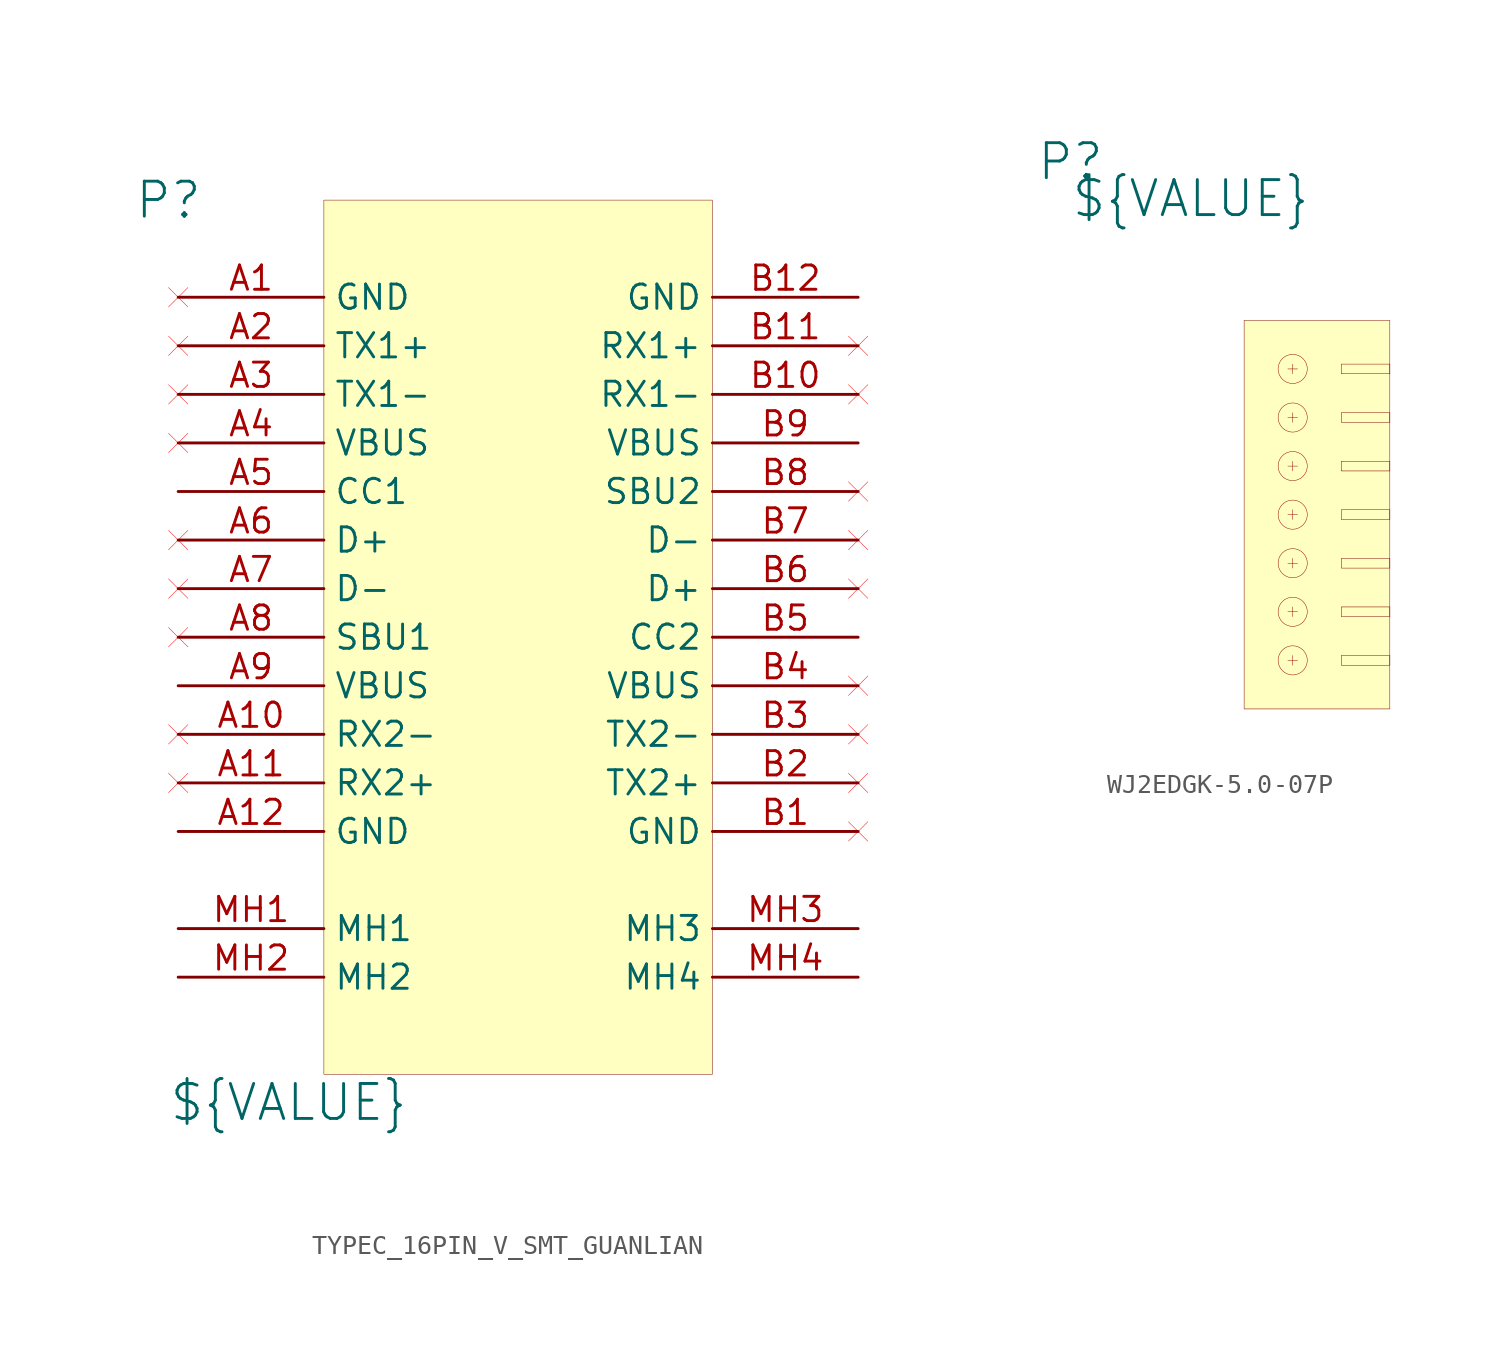
<source format=kicad_sym>
(kicad_symbol_lib
  (version 20241209)
  (generator "kicad_symbol_editor")
  (generator_version "9.0")
  (symbol "TYPEC_16PIN_V_SMT_GUANLIAN"
    (property "Reference" "P"
      (at -8.128 0 0)
      (effects (font (size 1.829 1.829))))
    (property "Value" "${VALUE}"
      (at -8.128 -48.26 0)
      (effects (font (size 1.829 1.829)) (justify left bottom)))
    (symbol "TYPEC_16PIN_V_SMT_GUANLIAN_1_0"
      (polyline (pts (xy -8.128 -4.572) (xy -7.112 -5.588)) (stroke (width 0.025) (type solid) (color 255 0 0 1)) (fill (type none)))
      (polyline (pts (xy -8.128 -5.588) (xy -7.112 -4.572)) (stroke (width 0.025) (type solid) (color 255 0 0 1)) (fill (type none)))
      (polyline (pts (xy -8.128 -7.112) (xy -7.112 -8.128)) (stroke (width 0.025) (type solid) (color 255 0 0 1)) (fill (type none)))
      (polyline (pts (xy -8.128 -8.128) (xy -7.112 -7.112)) (stroke (width 0.025) (type solid) (color 255 0 0 1)) (fill (type none)))
      (polyline (pts (xy -8.128 -9.652) (xy -7.112 -10.668)) (stroke (width 0.025) (type solid) (color 255 0 0 1)) (fill (type none)))
      (polyline (pts (xy -8.128 -10.668) (xy -7.112 -9.652)) (stroke (width 0.025) (type solid) (color 255 0 0 1)) (fill (type none)))
      (polyline (pts (xy -8.128 -12.192) (xy -7.112 -13.208)) (stroke (width 0.025) (type solid) (color 255 0 0 1)) (fill (type none)))
      (polyline (pts (xy -8.128 -13.208) (xy -7.112 -12.192)) (stroke (width 0.025) (type solid) (color 255 0 0 1)) (fill (type none)))
      (polyline (pts (xy -8.128 -17.272) (xy -7.112 -18.288)) (stroke (width 0.025) (type solid) (color 255 0 0 1)) (fill (type none)))
      (polyline (pts (xy -8.128 -18.288) (xy -7.112 -17.272)) (stroke (width 0.025) (type solid) (color 255 0 0 1)) (fill (type none)))
      (polyline (pts (xy -8.128 -19.812) (xy -7.112 -20.828)) (stroke (width 0.025) (type solid) (color 255 0 0 1)) (fill (type none)))
      (polyline (pts (xy -8.128 -20.828) (xy -7.112 -19.812)) (stroke (width 0.025) (type solid) (color 255 0 0 1)) (fill (type none)))
      (polyline (pts (xy -8.128 -22.352) (xy -7.112 -23.368)) (stroke (width 0.025) (type solid) (color 255 0 0 1)) (fill (type none)))
      (polyline (pts (xy -8.128 -23.368) (xy -7.112 -22.352)) (stroke (width 0.025) (type solid) (color 255 0 0 1)) (fill (type none)))
      (polyline (pts (xy -8.128 -27.432) (xy -7.112 -28.448)) (stroke (width 0.025) (type solid) (color 255 0 0 1)) (fill (type none)))
      (polyline (pts (xy -8.128 -28.448) (xy -7.112 -27.432)) (stroke (width 0.025) (type solid) (color 255 0 0 1)) (fill (type none)))
      (polyline (pts (xy -8.128 -29.972) (xy -7.112 -30.988)) (stroke (width 0.025) (type solid) (color 255 0 0 1)) (fill (type none)))
      (polyline (pts (xy -8.128 -30.988) (xy -7.112 -29.972)) (stroke (width 0.025) (type solid) (color 255 0 0 1)) (fill (type none)))
      (rectangle (start 20.32 0) (end 0 -45.72) (stroke (width 0.025) (type solid) (color 128 0 0 1)) (fill (type background)))
      (polyline (pts (xy 27.432 -7.112) (xy 28.448 -8.128)) (stroke (width 0.025) (type solid) (color 255 0 0 1)) (fill (type none)))
      (polyline (pts (xy 27.432 -8.128) (xy 28.448 -7.112)) (stroke (width 0.025) (type solid) (color 255 0 0 1)) (fill (type none)))
      (polyline (pts (xy 27.432 -9.652) (xy 28.448 -10.668)) (stroke (width 0.025) (type solid) (color 255 0 0 1)) (fill (type none)))
      (polyline (pts (xy 27.432 -10.668) (xy 28.448 -9.652)) (stroke (width 0.025) (type solid) (color 255 0 0 1)) (fill (type none)))
      (polyline (pts (xy 27.432 -14.732) (xy 28.448 -15.748)) (stroke (width 0.025) (type solid) (color 255 0 0 1)) (fill (type none)))
      (polyline (pts (xy 27.432 -15.748) (xy 28.448 -14.732)) (stroke (width 0.025) (type solid) (color 255 0 0 1)) (fill (type none)))
      (polyline (pts (xy 27.432 -17.272) (xy 28.448 -18.288)) (stroke (width 0.025) (type solid) (color 255 0 0 1)) (fill (type none)))
      (polyline (pts (xy 27.432 -18.288) (xy 28.448 -17.272)) (stroke (width 0.025) (type solid) (color 255 0 0 1)) (fill (type none)))
      (polyline (pts (xy 27.432 -19.812) (xy 28.448 -20.828)) (stroke (width 0.025) (type solid) (color 255 0 0 1)) (fill (type none)))
      (polyline (pts (xy 27.432 -20.828) (xy 28.448 -19.812)) (stroke (width 0.025) (type solid) (color 255 0 0 1)) (fill (type none)))
      (polyline (pts (xy 27.432 -24.892) (xy 28.448 -25.908)) (stroke (width 0.025) (type solid) (color 255 0 0 1)) (fill (type none)))
      (polyline (pts (xy 27.432 -25.908) (xy 28.448 -24.892)) (stroke (width 0.025) (type solid) (color 255 0 0 1)) (fill (type none)))
      (polyline (pts (xy 27.432 -27.432) (xy 28.448 -28.448)) (stroke (width 0.025) (type solid) (color 255 0 0 1)) (fill (type none)))
      (polyline (pts (xy 27.432 -28.448) (xy 28.448 -27.432)) (stroke (width 0.025) (type solid) (color 255 0 0 1)) (fill (type none)))
      (polyline (pts (xy 27.432 -29.972) (xy 28.448 -30.988)) (stroke (width 0.025) (type solid) (color 255 0 0 1)) (fill (type none)))
      (polyline (pts (xy 27.432 -30.988) (xy 28.448 -29.972)) (stroke (width 0.025) (type solid) (color 255 0 0 1)) (fill (type none)))
      (polyline (pts (xy 27.432 -32.512) (xy 28.448 -33.528)) (stroke (width 0.025) (type solid) (color 255 0 0 1)) (fill (type none)))
      (polyline (pts (xy 27.432 -33.528) (xy 28.448 -32.512)) (stroke (width 0.025) (type solid) (color 255 0 0 1)) (fill (type none)))
      (pin passive line (at -7.62 -5.08 0) (length 7.62) (name "GND" (effects (font (size 1.27 1.27)))) (number "A1" (effects (font (size 1.27 1.27)))))
      (pin passive line (at -7.62 -7.62 0) (length 7.62) (name "TX1+" (effects (font (size 1.27 1.27)))) (number "A2" (effects (font (size 1.27 1.27)))))
      (pin passive line (at -7.62 -10.16 0) (length 7.62) (name "TX1-" (effects (font (size 1.27 1.27)))) (number "A3" (effects (font (size 1.27 1.27)))))
      (pin passive line (at -7.62 -12.7 0) (length 7.62) (name "VBUS" (effects (font (size 1.27 1.27)))) (number "A4" (effects (font (size 1.27 1.27)))))
      (pin passive line (at -7.62 -15.24 0) (length 7.62) (name "CC1" (effects (font (size 1.27 1.27)))) (number "A5" (effects (font (size 1.27 1.27)))))
      (pin passive line (at -7.62 -17.78 0) (length 7.62) (name "D+" (effects (font (size 1.27 1.27)))) (number "A6" (effects (font (size 1.27 1.27)))))
      (pin passive line (at -7.62 -20.32 0) (length 7.62) (name "D-" (effects (font (size 1.27 1.27)))) (number "A7" (effects (font (size 1.27 1.27)))))
      (pin passive line (at -7.62 -22.86 0) (length 7.62) (name "SBU1" (effects (font (size 1.27 1.27)))) (number "A8" (effects (font (size 1.27 1.27)))))
      (pin passive line (at -7.62 -25.4 0) (length 7.62) (name "VBUS" (effects (font (size 1.27 1.27)))) (number "A9" (effects (font (size 1.27 1.27)))))
      (pin passive line (at -7.62 -27.94 0) (length 7.62) (name "RX2-" (effects (font (size 1.27 1.27)))) (number "A10" (effects (font (size 1.27 1.27)))))
      (pin passive line (at -7.62 -30.48 0) (length 7.62) (name "RX2+" (effects (font (size 1.27 1.27)))) (number "A11" (effects (font (size 1.27 1.27)))))
      (pin passive line (at -7.62 -33.02 0) (length 7.62) (name "GND" (effects (font (size 1.27 1.27)))) (number "A12" (effects (font (size 1.27 1.27)))))
      (pin passive line (at -7.62 -38.1 0) (length 7.62) (name "MH1" (effects (font (size 1.27 1.27)))) (number "MH1" (effects (font (size 1.27 1.27)))))
      (pin passive line (at -7.62 -40.64 0) (length 7.62) (name "MH2" (effects (font (size 1.27 1.27)))) (number "MH2" (effects (font (size 1.27 1.27)))))
      (pin passive line (at 27.94 -5.08 180) (length 7.62) (name "GND" (effects (font (size 1.27 1.27)))) (number "B12" (effects (font (size 1.27 1.27)))))
      (pin passive line (at 27.94 -7.62 180) (length 7.62) (name "RX1+" (effects (font (size 1.27 1.27)))) (number "B11" (effects (font (size 1.27 1.27)))))
      (pin passive line (at 27.94 -10.16 180) (length 7.62) (name "RX1-" (effects (font (size 1.27 1.27)))) (number "B10" (effects (font (size 1.27 1.27)))))
      (pin passive line (at 27.94 -12.7 180) (length 7.62) (name "VBUS" (effects (font (size 1.27 1.27)))) (number "B9" (effects (font (size 1.27 1.27)))))
      (pin passive line (at 27.94 -15.24 180) (length 7.62) (name "SBU2" (effects (font (size 1.27 1.27)))) (number "B8" (effects (font (size 1.27 1.27)))))
      (pin passive line (at 27.94 -17.78 180) (length 7.62) (name "D-" (effects (font (size 1.27 1.27)))) (number "B7" (effects (font (size 1.27 1.27)))))
      (pin passive line (at 27.94 -20.32 180) (length 7.62) (name "D+" (effects (font (size 1.27 1.27)))) (number "B6" (effects (font (size 1.27 1.27)))))
      (pin passive line (at 27.94 -22.86 180) (length 7.62) (name "CC2" (effects (font (size 1.27 1.27)))) (number "B5" (effects (font (size 1.27 1.27)))))
      (pin passive line (at 27.94 -25.4 180) (length 7.62) (name "VBUS" (effects (font (size 1.27 1.27)))) (number "B4" (effects (font (size 1.27 1.27)))))
      (pin passive line (at 27.94 -27.94 180) (length 7.62) (name "TX2-" (effects (font (size 1.27 1.27)))) (number "B3" (effects (font (size 1.27 1.27)))))
      (pin passive line (at 27.94 -30.48 180) (length 7.62) (name "TX2+" (effects (font (size 1.27 1.27)))) (number "B2" (effects (font (size 1.27 1.27)))))
      (pin passive line (at 27.94 -33.02 180) (length 7.62) (name "GND" (effects (font (size 1.27 1.27)))) (number "B1" (effects (font (size 1.27 1.27)))))
      (pin passive line (at 27.94 -38.1 180) (length 7.62) (name "MH3" (effects (font (size 1.27 1.27)))) (number "MH3" (effects (font (size 1.27 1.27)))))
      (pin passive line (at 27.94 -40.64 180) (length 7.62) (name "MH4" (effects (font (size 1.27 1.27)))) (number "MH4" (effects (font (size 1.27 1.27)))))))
  (symbol "WJ2EDGK-5.0-07P"
    (pin_numbers
      (hide yes))
    (pin_names
      (hide yes))
    (property "Reference" "P"
      (at -9.08 18.46 0)
      (effects (font (size 1.829 1.829))))
    (property "Value" "${VALUE}"
      (at -9.08 15.46 0)
      (effects (font (size 1.829 1.829)) (justify left bottom)))
    (symbol "WJ2EDGK-5.0-07P_1_0"
      (polyline (pts (xy 2.286 7.62) (xy 2.794 7.62)) (stroke (width 0.025) (type solid) (color 152 0 0 1)) (fill (type none)))
      (polyline (pts (xy 2.286 5.08) (xy 2.794 5.08)) (stroke (width 0.025) (type solid) (color 152 0 0 1)) (fill (type none)))
      (polyline (pts (xy 2.286 2.54) (xy 2.794 2.54)) (stroke (width 0.025) (type solid) (color 152 0 0 1)) (fill (type none)))
      (polyline (pts (xy 2.286 0) (xy 2.794 0)) (stroke (width 0.025) (type solid) (color 152 0 0 1)) (fill (type none)))
      (polyline (pts (xy 2.286 -2.54) (xy 2.794 -2.54)) (stroke (width 0.025) (type solid) (color 152 0 0 1)) (fill (type none)))
      (polyline (pts (xy 2.286 -5.08) (xy 2.794 -5.08)) (stroke (width 0.025) (type solid) (color 152 0 0 1)) (fill (type none)))
      (polyline (pts (xy 2.286 -7.62) (xy 2.794 -7.62)) (stroke (width 0.025) (type solid) (color 152 0 0 1)) (fill (type none)))
      (polyline (pts (xy 2.54 7.874) (xy 2.54 7.366)) (stroke (width 0.025) (type solid) (color 152 0 0 1)) (fill (type none)))
      (circle (center 2.54 7.62) (radius 0.762) (stroke (width 0.025) (type solid) (color 152 0 0 1)) (fill (type none)))
      (polyline (pts (xy 2.54 5.334) (xy 2.54 4.826)) (stroke (width 0.025) (type solid) (color 152 0 0 1)) (fill (type none)))
      (circle (center 2.54 5.08) (radius 0.762) (stroke (width 0.025) (type solid) (color 152 0 0 1)) (fill (type none)))
      (polyline (pts (xy 2.54 2.794) (xy 2.54 2.286)) (stroke (width 0.025) (type solid) (color 152 0 0 1)) (fill (type none)))
      (circle (center 2.54 2.54) (radius 0.762) (stroke (width 0.025) (type solid) (color 152 0 0 1)) (fill (type none)))
      (polyline (pts (xy 2.54 0.254) (xy 2.54 -0.254)) (stroke (width 0.025) (type solid) (color 152 0 0 1)) (fill (type none)))
      (circle (center 2.54 0) (radius 0.762) (stroke (width 0.025) (type solid) (color 152 0 0 1)) (fill (type none)))
      (polyline (pts (xy 2.54 -2.286) (xy 2.54 -2.794)) (stroke (width 0.025) (type solid) (color 152 0 0 1)) (fill (type none)))
      (circle (center 2.54 -2.54) (radius 0.762) (stroke (width 0.025) (type solid) (color 152 0 0 1)) (fill (type none)))
      (polyline (pts (xy 2.54 -4.826) (xy 2.54 -5.334)) (stroke (width 0.025) (type solid) (color 152 0 0 1)) (fill (type none)))
      (circle (center 2.54 -5.08) (radius 0.762) (stroke (width 0.025) (type solid) (color 152 0 0 1)) (fill (type none)))
      (polyline (pts (xy 2.54 -7.366) (xy 2.54 -7.874)) (stroke (width 0.025) (type solid) (color 152 0 0 1)) (fill (type none)))
      (circle (center 2.54 -7.62) (radius 0.762) (stroke (width 0.025) (type solid) (color 152 0 0 1)) (fill (type none)))
      (rectangle (start 7.62 10.16) (end 0 -10.16) (stroke (width 0.025) (type solid) (color 128 0 0 1)) (fill (type background)))
      (rectangle (start 7.62 7.874) (end 5.08 7.366) (stroke (width 0.025) (type solid) (color 128 0 0 1)) (fill (type background)))
      (rectangle (start 7.62 5.334) (end 5.08 4.826) (stroke (width 0.025) (type solid) (color 128 0 0 1)) (fill (type background)))
      (rectangle (start 7.62 2.794) (end 5.08 2.286) (stroke (width 0.025) (type solid) (color 128 0 0 1)) (fill (type background)))
      (rectangle (start 7.62 0.254) (end 5.08 -0.254) (stroke (width 0.025) (type solid) (color 128 0 0 1)) (fill (type background)))
      (rectangle (start 7.62 -2.286) (end 5.08 -2.794) (stroke (width 0.025) (type solid) (color 128 0 0 1)) (fill (type background)))
      (rectangle (start 7.62 -4.826) (end 5.08 -5.334) (stroke (width 0.025) (type solid) (color 128 0 0 1)) (fill (type background)))
      (rectangle (start 7.62 -7.366) (end 5.08 -7.874) (stroke (width 0.025) (type solid) (color 128 0 0 1)) (fill (type background))))))
</source>
